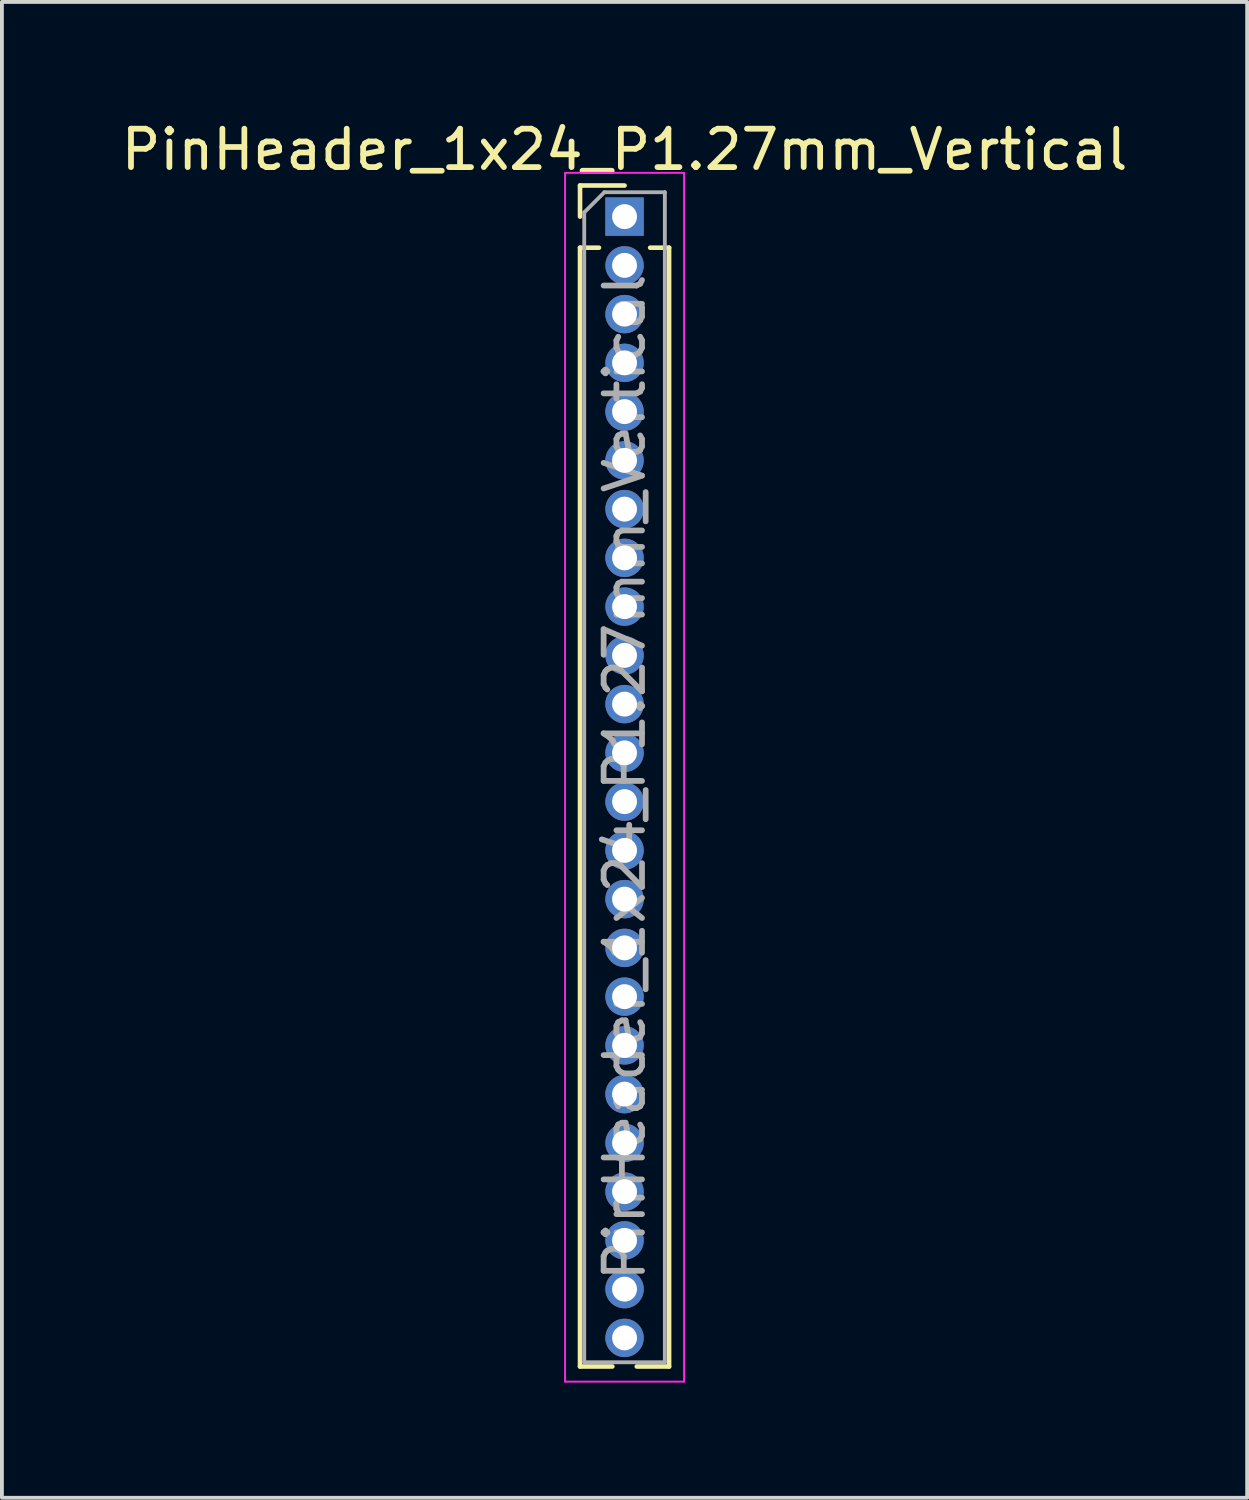
<source format=kicad_pcb>
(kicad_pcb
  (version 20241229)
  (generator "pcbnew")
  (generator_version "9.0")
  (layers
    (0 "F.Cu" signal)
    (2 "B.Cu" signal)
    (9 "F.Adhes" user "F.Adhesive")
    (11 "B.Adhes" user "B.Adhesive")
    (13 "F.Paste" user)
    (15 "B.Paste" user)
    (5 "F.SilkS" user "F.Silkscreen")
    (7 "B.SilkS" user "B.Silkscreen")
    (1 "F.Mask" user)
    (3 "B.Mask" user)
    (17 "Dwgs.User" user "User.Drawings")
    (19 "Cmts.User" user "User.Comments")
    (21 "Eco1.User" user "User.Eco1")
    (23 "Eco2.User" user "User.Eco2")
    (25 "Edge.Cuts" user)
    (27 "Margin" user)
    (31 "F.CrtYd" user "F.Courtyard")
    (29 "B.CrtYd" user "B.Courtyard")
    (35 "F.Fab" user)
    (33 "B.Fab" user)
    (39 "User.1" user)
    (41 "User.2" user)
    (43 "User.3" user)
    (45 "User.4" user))
  (footprint "PinHeader_1x24_P1.27mm_Vertical"
    (layer "F.Cu")
    (at 13.22 2.593)
    (property "Reference" "PinHeader_1x24_P1.27mm_Vertical" (at 0 -1.745 0) (layer "F.SilkS") (effects (font (size 1 1) (thickness 0.15))))
    (attr through_hole)
    (fp_line (start -1.16 -0.81) (end 0 -0.81) (stroke (width 0.12) (type solid)) (layer "F.SilkS"))
    (fp_line (start -1.16 0) (end -1.16 -0.81) (stroke (width 0.12) (type solid)) (layer "F.SilkS"))
    (fp_line (start -1.16 0.81) (end -1.16 29.955) (stroke (width 0.12) (type solid)) (layer "F.SilkS"))
    (fp_line (start -1.16 0.81) (end -0.667 0.81) (stroke (width 0.12) (type solid)) (layer "F.SilkS"))
    (fp_line (start -1.16 29.955) (end -0.318 29.955) (stroke (width 0.12) (type solid)) (layer "F.SilkS"))
    (fp_line (start 0.318 29.955) (end 1.16 29.955) (stroke (width 0.12) (type solid)) (layer "F.SilkS"))
    (fp_line (start 0.667 0.81) (end 1.16 0.81) (stroke (width 0.12) (type solid)) (layer "F.SilkS"))
    (fp_line (start 1.16 0.81) (end 1.16 29.955) (stroke (width 0.12) (type solid)) (layer "F.SilkS"))
    (fp_line (start -1.55 -1.14) (end -1.55 30.35) (stroke (width 0.05) (type solid)) (layer "F.CrtYd"))
    (fp_line (start -1.55 30.35) (end 1.55 30.35) (stroke (width 0.05) (type solid)) (layer "F.CrtYd"))
    (fp_line (start 1.55 -1.14) (end -1.55 -1.14) (stroke (width 0.05) (type solid)) (layer "F.CrtYd"))
    (fp_line (start 1.55 30.35) (end 1.55 -1.14) (stroke (width 0.05) (type solid)) (layer "F.CrtYd"))
    (fp_line (start -1.05 -0.11) (end -0.525 -0.635) (stroke (width 0.1) (type solid)) (layer "F.Fab"))
    (fp_line (start -1.05 29.845) (end -1.05 -0.11) (stroke (width 0.1) (type solid)) (layer "F.Fab"))
    (fp_line (start -0.525 -0.635) (end 1.05 -0.635) (stroke (width 0.1) (type solid)) (layer "F.Fab"))
    (fp_line (start 1.05 -0.635) (end 1.05 29.845) (stroke (width 0.1) (type solid)) (layer "F.Fab"))
    (fp_line (start 1.05 29.845) (end -1.05 29.845) (stroke (width 0.1) (type solid)) (layer "F.Fab"))
    (fp_text user "${REFERENCE}" (at 0 14.605 90) (layer "F.Fab") (effects (font (size 1 1) (thickness 0.15))))
    (pad "1" thru_hole rect (at 0 0) (size 1 1) (drill 0.65) (layers "*.Cu" "*.Mask"))
    (pad "2" thru_hole circle (at 0 1.27) (size 1 1) (drill 0.65) (layers "*.Cu" "*.Mask"))
    (pad "3" thru_hole circle (at 0 2.54) (size 1 1) (drill 0.65) (layers "*.Cu" "*.Mask"))
    (pad "4" thru_hole circle (at 0 3.81) (size 1 1) (drill 0.65) (layers "*.Cu" "*.Mask"))
    (pad "5" thru_hole circle (at 0 5.08) (size 1 1) (drill 0.65) (layers "*.Cu" "*.Mask"))
    (pad "6" thru_hole circle (at 0 6.35) (size 1 1) (drill 0.65) (layers "*.Cu" "*.Mask"))
    (pad "7" thru_hole circle (at 0 7.62) (size 1 1) (drill 0.65) (layers "*.Cu" "*.Mask"))
    (pad "8" thru_hole circle (at 0 8.89) (size 1 1) (drill 0.65) (layers "*.Cu" "*.Mask"))
    (pad "9" thru_hole circle (at 0 10.16) (size 1 1) (drill 0.65) (layers "*.Cu" "*.Mask"))
    (pad "10" thru_hole circle (at 0 11.43) (size 1 1) (drill 0.65) (layers "*.Cu" "*.Mask"))
    (pad "11" thru_hole circle (at 0 12.7) (size 1 1) (drill 0.65) (layers "*.Cu" "*.Mask"))
    (pad "12" thru_hole circle (at 0 13.97) (size 1 1) (drill 0.65) (layers "*.Cu" "*.Mask"))
    (pad "13" thru_hole circle (at 0 15.24) (size 1 1) (drill 0.65) (layers "*.Cu" "*.Mask"))
    (pad "14" thru_hole circle (at 0 16.51) (size 1 1) (drill 0.65) (layers "*.Cu" "*.Mask"))
    (pad "15" thru_hole circle (at 0 17.78) (size 1 1) (drill 0.65) (layers "*.Cu" "*.Mask"))
    (pad "16" thru_hole circle (at 0 19.05) (size 1 1) (drill 0.65) (layers "*.Cu" "*.Mask"))
    (pad "17" thru_hole circle (at 0 20.32) (size 1 1) (drill 0.65) (layers "*.Cu" "*.Mask"))
    (pad "18" thru_hole circle (at 0 21.59) (size 1 1) (drill 0.65) (layers "*.Cu" "*.Mask"))
    (pad "19" thru_hole circle (at 0 22.86) (size 1 1) (drill 0.65) (layers "*.Cu" "*.Mask"))
    (pad "20" thru_hole circle (at 0 24.13) (size 1 1) (drill 0.65) (layers "*.Cu" "*.Mask"))
    (pad "21" thru_hole circle (at 0 25.4) (size 1 1) (drill 0.65) (layers "*.Cu" "*.Mask"))
    (pad "22" thru_hole circle (at 0 26.67) (size 1 1) (drill 0.65) (layers "*.Cu" "*.Mask"))
    (pad "23" thru_hole circle (at 0 27.94) (size 1 1) (drill 0.65) (layers "*.Cu" "*.Mask"))
    (pad "24" thru_hole circle (at 0 29.21) (size 1 1) (drill 0.65) (layers "*.Cu" "*.Mask")))
  (gr_rect
    (start -3 -3)
    (end 29.44 35.968)
    (stroke (width 0.1) (type default))
    (fill no)
    (layer "Edge.Cuts")))
</source>
